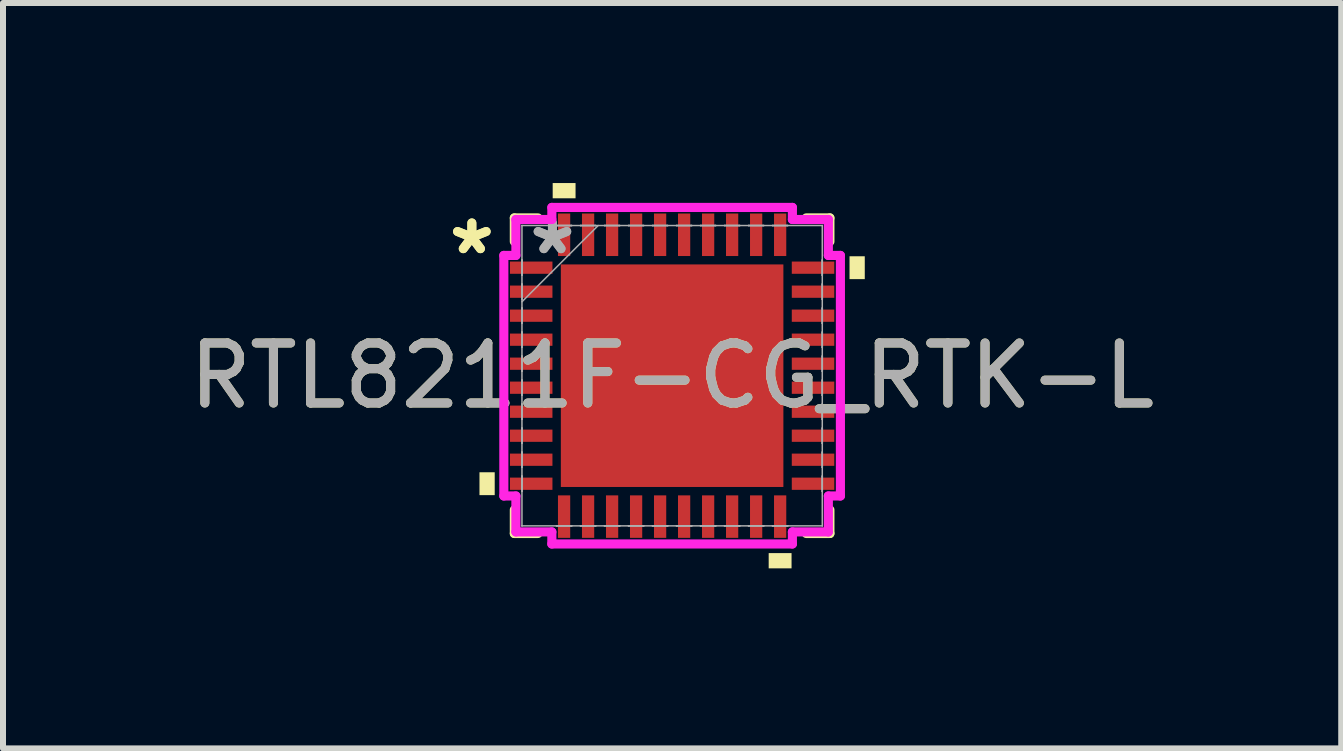
<source format=kicad_pcb>
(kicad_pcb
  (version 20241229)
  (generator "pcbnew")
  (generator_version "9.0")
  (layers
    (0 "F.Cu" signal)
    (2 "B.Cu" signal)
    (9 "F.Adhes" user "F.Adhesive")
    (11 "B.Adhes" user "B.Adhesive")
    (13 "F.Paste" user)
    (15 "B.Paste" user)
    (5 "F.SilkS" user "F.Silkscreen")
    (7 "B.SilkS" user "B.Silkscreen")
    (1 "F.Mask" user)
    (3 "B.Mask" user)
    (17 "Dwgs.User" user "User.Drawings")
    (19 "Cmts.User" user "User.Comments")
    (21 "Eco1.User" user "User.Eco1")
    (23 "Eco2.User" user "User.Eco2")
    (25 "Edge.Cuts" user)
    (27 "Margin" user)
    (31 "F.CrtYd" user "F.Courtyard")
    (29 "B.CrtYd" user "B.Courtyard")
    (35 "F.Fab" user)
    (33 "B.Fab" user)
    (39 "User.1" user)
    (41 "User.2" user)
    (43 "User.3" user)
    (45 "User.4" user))
  (footprint "RTL8211F-CG_RTK-L"
    (layer "F.Cu")
    (at 8.149 3.21)
    (property "Reference" "RTL8211F-CG_RTK-L" (at 0 0 0) (unlocked yes) (layer "F.SilkS") (effects (font (size 1 1) (thickness 0.15))))
    (attr smd)
    (fp_line (start -2.629 -2.629) (end -2.629 -2.235) (stroke (width 0.152) (type solid)) (layer "F.SilkS"))
    (fp_line (start -2.629 2.235) (end -2.629 2.629) (stroke (width 0.152) (type solid)) (layer "F.SilkS"))
    (fp_line (start -2.629 2.629) (end -2.235 2.629) (stroke (width 0.152) (type solid)) (layer "F.SilkS"))
    (fp_line (start -2.235 -2.629) (end -2.629 -2.629) (stroke (width 0.152) (type solid)) (layer "F.SilkS"))
    (fp_line (start 2.235 2.629) (end 2.629 2.629) (stroke (width 0.152) (type solid)) (layer "F.SilkS"))
    (fp_line (start 2.629 -2.629) (end 2.235 -2.629) (stroke (width 0.152) (type solid)) (layer "F.SilkS"))
    (fp_line (start 2.629 -2.235) (end 2.629 -2.629) (stroke (width 0.152) (type solid)) (layer "F.SilkS"))
    (fp_line (start 2.629 2.629) (end 2.629 2.235) (stroke (width 0.152) (type solid)) (layer "F.SilkS"))
    (fp_poly (pts (xy -3.21 1.609) (xy -3.21 1.99) (xy -2.956 1.99) (xy -2.956 1.609)) (stroke (width 0) (type solid)) (fill yes) (layer "F.SilkS"))
    (fp_poly (pts (xy -1.99 -2.956) (xy -1.99 -3.21) (xy -1.609 -3.21) (xy -1.609 -2.956)) (stroke (width 0) (type solid)) (fill yes) (layer "F.SilkS"))
    (fp_poly (pts (xy 1.609 2.956) (xy 1.609 3.21) (xy 1.99 3.21) (xy 1.99 2.956)) (stroke (width 0) (type solid)) (fill yes) (layer "F.SilkS"))
    (fp_poly (pts (xy 3.21 -1.99) (xy 3.21 -1.609) (xy 2.956 -1.609) (xy 2.956 -1.99)) (stroke (width 0) (type solid)) (fill yes) (layer "F.SilkS"))
    (fp_poly (pts (xy -1.754 -1.754) (xy -1.754 -0.1) (xy -0.1 -0.1) (xy -0.1 -1.754)) (stroke (width 0) (type solid)) (fill yes) (layer "F.Paste"))
    (fp_poly (pts (xy -1.754 0.1) (xy -1.754 1.754) (xy -0.1 1.754) (xy -0.1 0.1)) (stroke (width 0) (type solid)) (fill yes) (layer "F.Paste"))
    (fp_poly (pts (xy 0.1 -1.754) (xy 0.1 -0.1) (xy 1.754 -0.1) (xy 1.754 -1.754)) (stroke (width 0) (type solid)) (fill yes) (layer "F.Paste"))
    (fp_poly (pts (xy 0.1 0.1) (xy 0.1 1.754) (xy 1.754 1.754) (xy 1.754 0.1)) (stroke (width 0) (type solid)) (fill yes) (layer "F.Paste"))
    (fp_line (start -2.804 -2.004) (end -2.603 -2.004) (stroke (width 0.152) (type solid)) (layer "F.CrtYd"))
    (fp_line (start -2.804 2.004) (end -2.804 -2.004) (stroke (width 0.152) (type solid)) (layer "F.CrtYd"))
    (fp_line (start -2.603 -2.603) (end -2.004 -2.603) (stroke (width 0.152) (type solid)) (layer "F.CrtYd"))
    (fp_line (start -2.603 -2.004) (end -2.603 -2.603) (stroke (width 0.152) (type solid)) (layer "F.CrtYd"))
    (fp_line (start -2.603 2.004) (end -2.804 2.004) (stroke (width 0.152) (type solid)) (layer "F.CrtYd"))
    (fp_line (start -2.603 2.603) (end -2.603 2.004) (stroke (width 0.152) (type solid)) (layer "F.CrtYd"))
    (fp_line (start -2.004 -2.804) (end 2.004 -2.804) (stroke (width 0.152) (type solid)) (layer "F.CrtYd"))
    (fp_line (start -2.004 -2.603) (end -2.004 -2.804) (stroke (width 0.152) (type solid)) (layer "F.CrtYd"))
    (fp_line (start -2.004 2.603) (end -2.603 2.603) (stroke (width 0.152) (type solid)) (layer "F.CrtYd"))
    (fp_line (start -2.004 2.804) (end -2.004 2.603) (stroke (width 0.152) (type solid)) (layer "F.CrtYd"))
    (fp_line (start 2.004 -2.804) (end 2.004 -2.603) (stroke (width 0.152) (type solid)) (layer "F.CrtYd"))
    (fp_line (start 2.004 -2.603) (end 2.603 -2.603) (stroke (width 0.152) (type solid)) (layer "F.CrtYd"))
    (fp_line (start 2.004 2.603) (end 2.004 2.804) (stroke (width 0.152) (type solid)) (layer "F.CrtYd"))
    (fp_line (start 2.004 2.804) (end -2.004 2.804) (stroke (width 0.152) (type solid)) (layer "F.CrtYd"))
    (fp_line (start 2.603 -2.603) (end 2.603 -2.004) (stroke (width 0.152) (type solid)) (layer "F.CrtYd"))
    (fp_line (start 2.603 -2.004) (end 2.804 -2.004) (stroke (width 0.152) (type solid)) (layer "F.CrtYd"))
    (fp_line (start 2.603 2.004) (end 2.603 2.603) (stroke (width 0.152) (type solid)) (layer "F.CrtYd"))
    (fp_line (start 2.603 2.603) (end 2.004 2.603) (stroke (width 0.152) (type solid)) (layer "F.CrtYd"))
    (fp_line (start 2.804 -2.004) (end 2.804 2.004) (stroke (width 0.152) (type solid)) (layer "F.CrtYd"))
    (fp_line (start 2.804 2.004) (end 2.603 2.004) (stroke (width 0.152) (type solid)) (layer "F.CrtYd"))
    (fp_line (start -2.502 -2.502) (end -2.502 -2.502) (stroke (width 0.025) (type solid)) (layer "F.Fab"))
    (fp_line (start -2.502 -2.502) (end -2.502 2.502) (stroke (width 0.025) (type solid)) (layer "F.Fab"))
    (fp_line (start -2.502 -1.927) (end -2.502 -1.927) (stroke (width 0.025) (type solid)) (layer "F.Fab"))
    (fp_line (start -2.502 -1.927) (end -2.502 -1.673) (stroke (width 0.025) (type solid)) (layer "F.Fab"))
    (fp_line (start -2.502 -1.673) (end -2.502 -1.927) (stroke (width 0.025) (type solid)) (layer "F.Fab"))
    (fp_line (start -2.502 -1.673) (end -2.502 -1.673) (stroke (width 0.025) (type solid)) (layer "F.Fab"))
    (fp_line (start -2.502 -1.527) (end -2.502 -1.527) (stroke (width 0.025) (type solid)) (layer "F.Fab"))
    (fp_line (start -2.502 -1.527) (end -2.502 -1.273) (stroke (width 0.025) (type solid)) (layer "F.Fab"))
    (fp_line (start -2.502 -1.273) (end -2.502 -1.527) (stroke (width 0.025) (type solid)) (layer "F.Fab"))
    (fp_line (start -2.502 -1.273) (end -2.502 -1.273) (stroke (width 0.025) (type solid)) (layer "F.Fab"))
    (fp_line (start -2.502 -1.232) (end -1.232 -2.502) (stroke (width 0.025) (type solid)) (layer "F.Fab"))
    (fp_line (start -2.502 -1.127) (end -2.502 -1.127) (stroke (width 0.025) (type solid)) (layer "F.Fab"))
    (fp_line (start -2.502 -1.127) (end -2.502 -0.873) (stroke (width 0.025) (type solid)) (layer "F.Fab"))
    (fp_line (start -2.502 -0.873) (end -2.502 -1.127) (stroke (width 0.025) (type solid)) (layer "F.Fab"))
    (fp_line (start -2.502 -0.873) (end -2.502 -0.873) (stroke (width 0.025) (type solid)) (layer "F.Fab"))
    (fp_line (start -2.502 -0.727) (end -2.502 -0.727) (stroke (width 0.025) (type solid)) (layer "F.Fab"))
    (fp_line (start -2.502 -0.727) (end -2.502 -0.473) (stroke (width 0.025) (type solid)) (layer "F.Fab"))
    (fp_line (start -2.502 -0.473) (end -2.502 -0.727) (stroke (width 0.025) (type solid)) (layer "F.Fab"))
    (fp_line (start -2.502 -0.473) (end -2.502 -0.473) (stroke (width 0.025) (type solid)) (layer "F.Fab"))
    (fp_line (start -2.502 -0.327) (end -2.502 -0.327) (stroke (width 0.025) (type solid)) (layer "F.Fab"))
    (fp_line (start -2.502 -0.327) (end -2.502 -0.073) (stroke (width 0.025) (type solid)) (layer "F.Fab"))
    (fp_line (start -2.502 -0.073) (end -2.502 -0.327) (stroke (width 0.025) (type solid)) (layer "F.Fab"))
    (fp_line (start -2.502 -0.073) (end -2.502 -0.073) (stroke (width 0.025) (type solid)) (layer "F.Fab"))
    (fp_line (start -2.502 0.073) (end -2.502 0.073) (stroke (width 0.025) (type solid)) (layer "F.Fab"))
    (fp_line (start -2.502 0.073) (end -2.502 0.327) (stroke (width 0.025) (type solid)) (layer "F.Fab"))
    (fp_line (start -2.502 0.327) (end -2.502 0.073) (stroke (width 0.025) (type solid)) (layer "F.Fab"))
    (fp_line (start -2.502 0.327) (end -2.502 0.327) (stroke (width 0.025) (type solid)) (layer "F.Fab"))
    (fp_line (start -2.502 0.473) (end -2.502 0.473) (stroke (width 0.025) (type solid)) (layer "F.Fab"))
    (fp_line (start -2.502 0.473) (end -2.502 0.727) (stroke (width 0.025) (type solid)) (layer "F.Fab"))
    (fp_line (start -2.502 0.727) (end -2.502 0.473) (stroke (width 0.025) (type solid)) (layer "F.Fab"))
    (fp_line (start -2.502 0.727) (end -2.502 0.727) (stroke (width 0.025) (type solid)) (layer "F.Fab"))
    (fp_line (start -2.502 0.873) (end -2.502 0.873) (stroke (width 0.025) (type solid)) (layer "F.Fab"))
    (fp_line (start -2.502 0.873) (end -2.502 1.127) (stroke (width 0.025) (type solid)) (layer "F.Fab"))
    (fp_line (start -2.502 1.127) (end -2.502 0.873) (stroke (width 0.025) (type solid)) (layer "F.Fab"))
    (fp_line (start -2.502 1.127) (end -2.502 1.127) (stroke (width 0.025) (type solid)) (layer "F.Fab"))
    (fp_line (start -2.502 1.273) (end -2.502 1.273) (stroke (width 0.025) (type solid)) (layer "F.Fab"))
    (fp_line (start -2.502 1.273) (end -2.502 1.527) (stroke (width 0.025) (type solid)) (layer "F.Fab"))
    (fp_line (start -2.502 1.527) (end -2.502 1.273) (stroke (width 0.025) (type solid)) (layer "F.Fab"))
    (fp_line (start -2.502 1.527) (end -2.502 1.527) (stroke (width 0.025) (type solid)) (layer "F.Fab"))
    (fp_line (start -2.502 1.673) (end -2.502 1.673) (stroke (width 0.025) (type solid)) (layer "F.Fab"))
    (fp_line (start -2.502 1.673) (end -2.502 1.927) (stroke (width 0.025) (type solid)) (layer "F.Fab"))
    (fp_line (start -2.502 1.927) (end -2.502 1.673) (stroke (width 0.025) (type solid)) (layer "F.Fab"))
    (fp_line (start -2.502 1.927) (end -2.502 1.927) (stroke (width 0.025) (type solid)) (layer "F.Fab"))
    (fp_line (start -2.502 2.502) (end -2.502 2.502) (stroke (width 0.025) (type solid)) (layer "F.Fab"))
    (fp_line (start -2.502 2.502) (end 2.502 2.502) (stroke (width 0.025) (type solid)) (layer "F.Fab"))
    (fp_line (start -1.927 -2.502) (end -1.927 -2.502) (stroke (width 0.025) (type solid)) (layer "F.Fab"))
    (fp_line (start -1.927 -2.502) (end -1.673 -2.502) (stroke (width 0.025) (type solid)) (layer "F.Fab"))
    (fp_line (start -1.927 2.502) (end -1.927 2.502) (stroke (width 0.025) (type solid)) (layer "F.Fab"))
    (fp_line (start -1.927 2.502) (end -1.673 2.502) (stroke (width 0.025) (type solid)) (layer "F.Fab"))
    (fp_line (start -1.673 -2.502) (end -1.927 -2.502) (stroke (width 0.025) (type solid)) (layer "F.Fab"))
    (fp_line (start -1.673 -2.502) (end -1.673 -2.502) (stroke (width 0.025) (type solid)) (layer "F.Fab"))
    (fp_line (start -1.673 2.502) (end -1.927 2.502) (stroke (width 0.025) (type solid)) (layer "F.Fab"))
    (fp_line (start -1.673 2.502) (end -1.673 2.502) (stroke (width 0.025) (type solid)) (layer "F.Fab"))
    (fp_line (start -1.527 -2.502) (end -1.527 -2.502) (stroke (width 0.025) (type solid)) (layer "F.Fab"))
    (fp_line (start -1.527 -2.502) (end -1.273 -2.502) (stroke (width 0.025) (type solid)) (layer "F.Fab"))
    (fp_line (start -1.527 2.502) (end -1.527 2.502) (stroke (width 0.025) (type solid)) (layer "F.Fab"))
    (fp_line (start -1.527 2.502) (end -1.273 2.502) (stroke (width 0.025) (type solid)) (layer "F.Fab"))
    (fp_line (start -1.273 -2.502) (end -1.527 -2.502) (stroke (width 0.025) (type solid)) (layer "F.Fab"))
    (fp_line (start -1.273 -2.502) (end -1.273 -2.502) (stroke (width 0.025) (type solid)) (layer "F.Fab"))
    (fp_line (start -1.273 2.502) (end -1.527 2.502) (stroke (width 0.025) (type solid)) (layer "F.Fab"))
    (fp_line (start -1.273 2.502) (end -1.273 2.502) (stroke (width 0.025) (type solid)) (layer "F.Fab"))
    (fp_line (start -1.127 -2.502) (end -1.127 -2.502) (stroke (width 0.025) (type solid)) (layer "F.Fab"))
    (fp_line (start -1.127 -2.502) (end -0.873 -2.502) (stroke (width 0.025) (type solid)) (layer "F.Fab"))
    (fp_line (start -1.127 2.502) (end -1.127 2.502) (stroke (width 0.025) (type solid)) (layer "F.Fab"))
    (fp_line (start -1.127 2.502) (end -0.873 2.502) (stroke (width 0.025) (type solid)) (layer "F.Fab"))
    (fp_line (start -0.873 -2.502) (end -1.127 -2.502) (stroke (width 0.025) (type solid)) (layer "F.Fab"))
    (fp_line (start -0.873 -2.502) (end -0.873 -2.502) (stroke (width 0.025) (type solid)) (layer "F.Fab"))
    (fp_line (start -0.873 2.502) (end -1.127 2.502) (stroke (width 0.025) (type solid)) (layer "F.Fab"))
    (fp_line (start -0.873 2.502) (end -0.873 2.502) (stroke (width 0.025) (type solid)) (layer "F.Fab"))
    (fp_line (start -0.727 -2.502) (end -0.727 -2.502) (stroke (width 0.025) (type solid)) (layer "F.Fab"))
    (fp_line (start -0.727 -2.502) (end -0.473 -2.502) (stroke (width 0.025) (type solid)) (layer "F.Fab"))
    (fp_line (start -0.727 2.502) (end -0.727 2.502) (stroke (width 0.025) (type solid)) (layer "F.Fab"))
    (fp_line (start -0.727 2.502) (end -0.473 2.502) (stroke (width 0.025) (type solid)) (layer "F.Fab"))
    (fp_line (start -0.473 -2.502) (end -0.727 -2.502) (stroke (width 0.025) (type solid)) (layer "F.Fab"))
    (fp_line (start -0.473 -2.502) (end -0.473 -2.502) (stroke (width 0.025) (type solid)) (layer "F.Fab"))
    (fp_line (start -0.473 2.502) (end -0.727 2.502) (stroke (width 0.025) (type solid)) (layer "F.Fab"))
    (fp_line (start -0.473 2.502) (end -0.473 2.502) (stroke (width 0.025) (type solid)) (layer "F.Fab"))
    (fp_line (start -0.327 -2.502) (end -0.327 -2.502) (stroke (width 0.025) (type solid)) (layer "F.Fab"))
    (fp_line (start -0.327 -2.502) (end -0.073 -2.502) (stroke (width 0.025) (type solid)) (layer "F.Fab"))
    (fp_line (start -0.327 2.502) (end -0.327 2.502) (stroke (width 0.025) (type solid)) (layer "F.Fab"))
    (fp_line (start -0.327 2.502) (end -0.073 2.502) (stroke (width 0.025) (type solid)) (layer "F.Fab"))
    (fp_line (start -0.073 -2.502) (end -0.327 -2.502) (stroke (width 0.025) (type solid)) (layer "F.Fab"))
    (fp_line (start -0.073 -2.502) (end -0.073 -2.502) (stroke (width 0.025) (type solid)) (layer "F.Fab"))
    (fp_line (start -0.073 2.502) (end -0.327 2.502) (stroke (width 0.025) (type solid)) (layer "F.Fab"))
    (fp_line (start -0.073 2.502) (end -0.073 2.502) (stroke (width 0.025) (type solid)) (layer "F.Fab"))
    (fp_line (start 0.073 -2.502) (end 0.073 -2.502) (stroke (width 0.025) (type solid)) (layer "F.Fab"))
    (fp_line (start 0.073 -2.502) (end 0.327 -2.502) (stroke (width 0.025) (type solid)) (layer "F.Fab"))
    (fp_line (start 0.073 2.502) (end 0.073 2.502) (stroke (width 0.025) (type solid)) (layer "F.Fab"))
    (fp_line (start 0.073 2.502) (end 0.327 2.502) (stroke (width 0.025) (type solid)) (layer "F.Fab"))
    (fp_line (start 0.327 -2.502) (end 0.073 -2.502) (stroke (width 0.025) (type solid)) (layer "F.Fab"))
    (fp_line (start 0.327 -2.502) (end 0.327 -2.502) (stroke (width 0.025) (type solid)) (layer "F.Fab"))
    (fp_line (start 0.327 2.502) (end 0.073 2.502) (stroke (width 0.025) (type solid)) (layer "F.Fab"))
    (fp_line (start 0.327 2.502) (end 0.327 2.502) (stroke (width 0.025) (type solid)) (layer "F.Fab"))
    (fp_line (start 0.473 -2.502) (end 0.473 -2.502) (stroke (width 0.025) (type solid)) (layer "F.Fab"))
    (fp_line (start 0.473 -2.502) (end 0.727 -2.502) (stroke (width 0.025) (type solid)) (layer "F.Fab"))
    (fp_line (start 0.473 2.502) (end 0.473 2.502) (stroke (width 0.025) (type solid)) (layer "F.Fab"))
    (fp_line (start 0.473 2.502) (end 0.727 2.502) (stroke (width 0.025) (type solid)) (layer "F.Fab"))
    (fp_line (start 0.727 -2.502) (end 0.473 -2.502) (stroke (width 0.025) (type solid)) (layer "F.Fab"))
    (fp_line (start 0.727 -2.502) (end 0.727 -2.502) (stroke (width 0.025) (type solid)) (layer "F.Fab"))
    (fp_line (start 0.727 2.502) (end 0.473 2.502) (stroke (width 0.025) (type solid)) (layer "F.Fab"))
    (fp_line (start 0.727 2.502) (end 0.727 2.502) (stroke (width 0.025) (type solid)) (layer "F.Fab"))
    (fp_line (start 0.873 -2.502) (end 0.873 -2.502) (stroke (width 0.025) (type solid)) (layer "F.Fab"))
    (fp_line (start 0.873 -2.502) (end 1.127 -2.502) (stroke (width 0.025) (type solid)) (layer "F.Fab"))
    (fp_line (start 0.873 2.502) (end 0.873 2.502) (stroke (width 0.025) (type solid)) (layer "F.Fab"))
    (fp_line (start 0.873 2.502) (end 1.127 2.502) (stroke (width 0.025) (type solid)) (layer "F.Fab"))
    (fp_line (start 1.127 -2.502) (end 0.873 -2.502) (stroke (width 0.025) (type solid)) (layer "F.Fab"))
    (fp_line (start 1.127 -2.502) (end 1.127 -2.502) (stroke (width 0.025) (type solid)) (layer "F.Fab"))
    (fp_line (start 1.127 2.502) (end 0.873 2.502) (stroke (width 0.025) (type solid)) (layer "F.Fab"))
    (fp_line (start 1.127 2.502) (end 1.127 2.502) (stroke (width 0.025) (type solid)) (layer "F.Fab"))
    (fp_line (start 1.273 -2.502) (end 1.273 -2.502) (stroke (width 0.025) (type solid)) (layer "F.Fab"))
    (fp_line (start 1.273 -2.502) (end 1.527 -2.502) (stroke (width 0.025) (type solid)) (layer "F.Fab"))
    (fp_line (start 1.273 2.502) (end 1.273 2.502) (stroke (width 0.025) (type solid)) (layer "F.Fab"))
    (fp_line (start 1.273 2.502) (end 1.527 2.502) (stroke (width 0.025) (type solid)) (layer "F.Fab"))
    (fp_line (start 1.527 -2.502) (end 1.273 -2.502) (stroke (width 0.025) (type solid)) (layer "F.Fab"))
    (fp_line (start 1.527 -2.502) (end 1.527 -2.502) (stroke (width 0.025) (type solid)) (layer "F.Fab"))
    (fp_line (start 1.527 2.502) (end 1.273 2.502) (stroke (width 0.025) (type solid)) (layer "F.Fab"))
    (fp_line (start 1.527 2.502) (end 1.527 2.502) (stroke (width 0.025) (type solid)) (layer "F.Fab"))
    (fp_line (start 1.673 -2.502) (end 1.673 -2.502) (stroke (width 0.025) (type solid)) (layer "F.Fab"))
    (fp_line (start 1.673 -2.502) (end 1.927 -2.502) (stroke (width 0.025) (type solid)) (layer "F.Fab"))
    (fp_line (start 1.673 2.502) (end 1.673 2.502) (stroke (width 0.025) (type solid)) (layer "F.Fab"))
    (fp_line (start 1.673 2.502) (end 1.927 2.502) (stroke (width 0.025) (type solid)) (layer "F.Fab"))
    (fp_line (start 1.927 -2.502) (end 1.673 -2.502) (stroke (width 0.025) (type solid)) (layer "F.Fab"))
    (fp_line (start 1.927 -2.502) (end 1.927 -2.502) (stroke (width 0.025) (type solid)) (layer "F.Fab"))
    (fp_line (start 1.927 2.502) (end 1.673 2.502) (stroke (width 0.025) (type solid)) (layer "F.Fab"))
    (fp_line (start 1.927 2.502) (end 1.927 2.502) (stroke (width 0.025) (type solid)) (layer "F.Fab"))
    (fp_line (start 2.502 -2.502) (end -2.502 -2.502) (stroke (width 0.025) (type solid)) (layer "F.Fab"))
    (fp_line (start 2.502 -2.502) (end 2.502 -2.502) (stroke (width 0.025) (type solid)) (layer "F.Fab"))
    (fp_line (start 2.502 -1.927) (end 2.502 -1.927) (stroke (width 0.025) (type solid)) (layer "F.Fab"))
    (fp_line (start 2.502 -1.927) (end 2.502 -1.673) (stroke (width 0.025) (type solid)) (layer "F.Fab"))
    (fp_line (start 2.502 -1.673) (end 2.502 -1.927) (stroke (width 0.025) (type solid)) (layer "F.Fab"))
    (fp_line (start 2.502 -1.673) (end 2.502 -1.673) (stroke (width 0.025) (type solid)) (layer "F.Fab"))
    (fp_line (start 2.502 -1.527) (end 2.502 -1.527) (stroke (width 0.025) (type solid)) (layer "F.Fab"))
    (fp_line (start 2.502 -1.527) (end 2.502 -1.273) (stroke (width 0.025) (type solid)) (layer "F.Fab"))
    (fp_line (start 2.502 -1.273) (end 2.502 -1.527) (stroke (width 0.025) (type solid)) (layer "F.Fab"))
    (fp_line (start 2.502 -1.273) (end 2.502 -1.273) (stroke (width 0.025) (type solid)) (layer "F.Fab"))
    (fp_line (start 2.502 -1.127) (end 2.502 -1.127) (stroke (width 0.025) (type solid)) (layer "F.Fab"))
    (fp_line (start 2.502 -1.127) (end 2.502 -0.873) (stroke (width 0.025) (type solid)) (layer "F.Fab"))
    (fp_line (start 2.502 -0.873) (end 2.502 -1.127) (stroke (width 0.025) (type solid)) (layer "F.Fab"))
    (fp_line (start 2.502 -0.873) (end 2.502 -0.873) (stroke (width 0.025) (type solid)) (layer "F.Fab"))
    (fp_line (start 2.502 -0.727) (end 2.502 -0.727) (stroke (width 0.025) (type solid)) (layer "F.Fab"))
    (fp_line (start 2.502 -0.727) (end 2.502 -0.473) (stroke (width 0.025) (type solid)) (layer "F.Fab"))
    (fp_line (start 2.502 -0.473) (end 2.502 -0.727) (stroke (width 0.025) (type solid)) (layer "F.Fab"))
    (fp_line (start 2.502 -0.473) (end 2.502 -0.473) (stroke (width 0.025) (type solid)) (layer "F.Fab"))
    (fp_line (start 2.502 -0.327) (end 2.502 -0.327) (stroke (width 0.025) (type solid)) (layer "F.Fab"))
    (fp_line (start 2.502 -0.327) (end 2.502 -0.073) (stroke (width 0.025) (type solid)) (layer "F.Fab"))
    (fp_line (start 2.502 -0.073) (end 2.502 -0.327) (stroke (width 0.025) (type solid)) (layer "F.Fab"))
    (fp_line (start 2.502 -0.073) (end 2.502 -0.073) (stroke (width 0.025) (type solid)) (layer "F.Fab"))
    (fp_line (start 2.502 0.073) (end 2.502 0.073) (stroke (width 0.025) (type solid)) (layer "F.Fab"))
    (fp_line (start 2.502 0.073) (end 2.502 0.327) (stroke (width 0.025) (type solid)) (layer "F.Fab"))
    (fp_line (start 2.502 0.327) (end 2.502 0.073) (stroke (width 0.025) (type solid)) (layer "F.Fab"))
    (fp_line (start 2.502 0.327) (end 2.502 0.327) (stroke (width 0.025) (type solid)) (layer "F.Fab"))
    (fp_line (start 2.502 0.473) (end 2.502 0.473) (stroke (width 0.025) (type solid)) (layer "F.Fab"))
    (fp_line (start 2.502 0.473) (end 2.502 0.727) (stroke (width 0.025) (type solid)) (layer "F.Fab"))
    (fp_line (start 2.502 0.727) (end 2.502 0.473) (stroke (width 0.025) (type solid)) (layer "F.Fab"))
    (fp_line (start 2.502 0.727) (end 2.502 0.727) (stroke (width 0.025) (type solid)) (layer "F.Fab"))
    (fp_line (start 2.502 0.873) (end 2.502 0.873) (stroke (width 0.025) (type solid)) (layer "F.Fab"))
    (fp_line (start 2.502 0.873) (end 2.502 1.127) (stroke (width 0.025) (type solid)) (layer "F.Fab"))
    (fp_line (start 2.502 1.127) (end 2.502 0.873) (stroke (width 0.025) (type solid)) (layer "F.Fab"))
    (fp_line (start 2.502 1.127) (end 2.502 1.127) (stroke (width 0.025) (type solid)) (layer "F.Fab"))
    (fp_line (start 2.502 1.273) (end 2.502 1.273) (stroke (width 0.025) (type solid)) (layer "F.Fab"))
    (fp_line (start 2.502 1.273) (end 2.502 1.527) (stroke (width 0.025) (type solid)) (layer "F.Fab"))
    (fp_line (start 2.502 1.527) (end 2.502 1.273) (stroke (width 0.025) (type solid)) (layer "F.Fab"))
    (fp_line (start 2.502 1.527) (end 2.502 1.527) (stroke (width 0.025) (type solid)) (layer "F.Fab"))
    (fp_line (start 2.502 1.673) (end 2.502 1.673) (stroke (width 0.025) (type solid)) (layer "F.Fab"))
    (fp_line (start 2.502 1.673) (end 2.502 1.927) (stroke (width 0.025) (type solid)) (layer "F.Fab"))
    (fp_line (start 2.502 1.927) (end 2.502 1.673) (stroke (width 0.025) (type solid)) (layer "F.Fab"))
    (fp_line (start 2.502 1.927) (end 2.502 1.927) (stroke (width 0.025) (type solid)) (layer "F.Fab"))
    (fp_line (start 2.502 2.502) (end 2.502 -2.502) (stroke (width 0.025) (type solid)) (layer "F.Fab"))
    (fp_line (start 2.502 2.502) (end 2.502 2.502) (stroke (width 0.025) (type solid)) (layer "F.Fab"))
    (fp_text user "*" (at -3.337 -2 0) (unlocked yes) (layer "F.SilkS") (effects (font (size 1 1) (thickness 0.15))))
    (fp_text user "*" (at -3.337 -2 0) (layer "F.SilkS") (effects (font (size 1 1) (thickness 0.15))))
    (fp_text user "${REFERENCE}" (at 0 0 0) (unlocked yes) (layer "F.Fab") (effects (font (size 1 1) (thickness 0.15))))
    (fp_text user "*" (at -1.994 -2 0) (layer "F.Fab") (effects (font (size 1 1) (thickness 0.15))))
    (fp_text user "*" (at -1.994 -2 0) (unlocked yes) (layer "F.Fab") (effects (font (size 1 1) (thickness 0.15))))
    (pad "1" smd rect (at -2.348 -1.8 90) (size 0.204 0.708) (layers "F.Cu" "F.Mask" "F.Paste"))
    (pad "2" smd rect (at -2.348 -1.4 90) (size 0.204 0.708) (layers "F.Cu" "F.Mask" "F.Paste"))
    (pad "3" smd rect (at -2.348 -1 90) (size 0.204 0.708) (layers "F.Cu" "F.Mask" "F.Paste"))
    (pad "4" smd rect (at -2.348 -0.6 90) (size 0.204 0.708) (layers "F.Cu" "F.Mask" "F.Paste"))
    (pad "5" smd rect (at -2.348 -0.2 90) (size 0.204 0.708) (layers "F.Cu" "F.Mask" "F.Paste"))
    (pad "6" smd rect (at -2.348 0.2 90) (size 0.204 0.708) (layers "F.Cu" "F.Mask" "F.Paste"))
    (pad "7" smd rect (at -2.348 0.6 90) (size 0.204 0.708) (layers "F.Cu" "F.Mask" "F.Paste"))
    (pad "8" smd rect (at -2.348 1 90) (size 0.204 0.708) (layers "F.Cu" "F.Mask" "F.Paste"))
    (pad "9" smd rect (at -2.348 1.4 90) (size 0.204 0.708) (layers "F.Cu" "F.Mask" "F.Paste"))
    (pad "10" smd rect (at -2.348 1.8 90) (size 0.204 0.708) (layers "F.Cu" "F.Mask" "F.Paste"))
    (pad "11" smd rect (at -1.8 2.348) (size 0.204 0.708) (layers "F.Cu" "F.Mask" "F.Paste"))
    (pad "12" smd rect (at -1.4 2.348) (size 0.204 0.708) (layers "F.Cu" "F.Mask" "F.Paste"))
    (pad "13" smd rect (at -1 2.348) (size 0.204 0.708) (layers "F.Cu" "F.Mask" "F.Paste"))
    (pad "14" smd rect (at -0.6 2.348) (size 0.204 0.708) (layers "F.Cu" "F.Mask" "F.Paste"))
    (pad "15" smd rect (at -0.2 2.348) (size 0.204 0.708) (layers "F.Cu" "F.Mask" "F.Paste"))
    (pad "16" smd rect (at 0.2 2.348) (size 0.204 0.708) (layers "F.Cu" "F.Mask" "F.Paste"))
    (pad "17" smd rect (at 0.6 2.348) (size 0.204 0.708) (layers "F.Cu" "F.Mask" "F.Paste"))
    (pad "18" smd rect (at 1 2.348) (size 0.204 0.708) (layers "F.Cu" "F.Mask" "F.Paste"))
    (pad "19" smd rect (at 1.4 2.348) (size 0.204 0.708) (layers "F.Cu" "F.Mask" "F.Paste"))
    (pad "20" smd rect (at 1.8 2.348) (size 0.204 0.708) (layers "F.Cu" "F.Mask" "F.Paste"))
    (pad "21" smd rect (at 2.348 1.8 90) (size 0.204 0.708) (layers "F.Cu" "F.Mask" "F.Paste"))
    (pad "22" smd rect (at 2.348 1.4 90) (size 0.204 0.708) (layers "F.Cu" "F.Mask" "F.Paste"))
    (pad "23" smd rect (at 2.348 1 90) (size 0.204 0.708) (layers "F.Cu" "F.Mask" "F.Paste"))
    (pad "24" smd rect (at 2.348 0.6 90) (size 0.204 0.708) (layers "F.Cu" "F.Mask" "F.Paste"))
    (pad "25" smd rect (at 2.348 0.2 90) (size 0.204 0.708) (layers "F.Cu" "F.Mask" "F.Paste"))
    (pad "26" smd rect (at 2.348 -0.2 90) (size 0.204 0.708) (layers "F.Cu" "F.Mask" "F.Paste"))
    (pad "27" smd rect (at 2.348 -0.6 90) (size 0.204 0.708) (layers "F.Cu" "F.Mask" "F.Paste"))
    (pad "28" smd rect (at 2.348 -1 90) (size 0.204 0.708) (layers "F.Cu" "F.Mask" "F.Paste"))
    (pad "29" smd rect (at 2.348 -1.4 90) (size 0.204 0.708) (layers "F.Cu" "F.Mask" "F.Paste"))
    (pad "30" smd rect (at 2.348 -1.8 90) (size 0.204 0.708) (layers "F.Cu" "F.Mask" "F.Paste"))
    (pad "31" smd rect (at 1.8 -2.348) (size 0.204 0.708) (layers "F.Cu" "F.Mask" "F.Paste"))
    (pad "32" smd rect (at 1.4 -2.348) (size 0.204 0.708) (layers "F.Cu" "F.Mask" "F.Paste"))
    (pad "33" smd rect (at 1 -2.348) (size 0.204 0.708) (layers "F.Cu" "F.Mask" "F.Paste"))
    (pad "34" smd rect (at 0.6 -2.348) (size 0.204 0.708) (layers "F.Cu" "F.Mask" "F.Paste"))
    (pad "35" smd rect (at 0.2 -2.348) (size 0.204 0.708) (layers "F.Cu" "F.Mask" "F.Paste"))
    (pad "36" smd rect (at -0.2 -2.348) (size 0.204 0.708) (layers "F.Cu" "F.Mask" "F.Paste"))
    (pad "37" smd rect (at -0.6 -2.348) (size 0.204 0.708) (layers "F.Cu" "F.Mask" "F.Paste"))
    (pad "38" smd rect (at -1 -2.348) (size 0.204 0.708) (layers "F.Cu" "F.Mask" "F.Paste"))
    (pad "39" smd rect (at -1.4 -2.348) (size 0.204 0.708) (layers "F.Cu" "F.Mask" "F.Paste"))
    (pad "40" smd rect (at -1.8 -2.348) (size 0.204 0.708) (layers "F.Cu" "F.Mask" "F.Paste"))
    (pad "41" smd rect (at 0 0) (size 3.708 3.708) (layers "F.Cu" "F.Mask")))
  (gr_rect
    (start -3 -3)
    (end 19.298 9.42)
    (stroke (width 0.1) (type default))
    (fill no)
    (layer "Edge.Cuts")))
</source>
